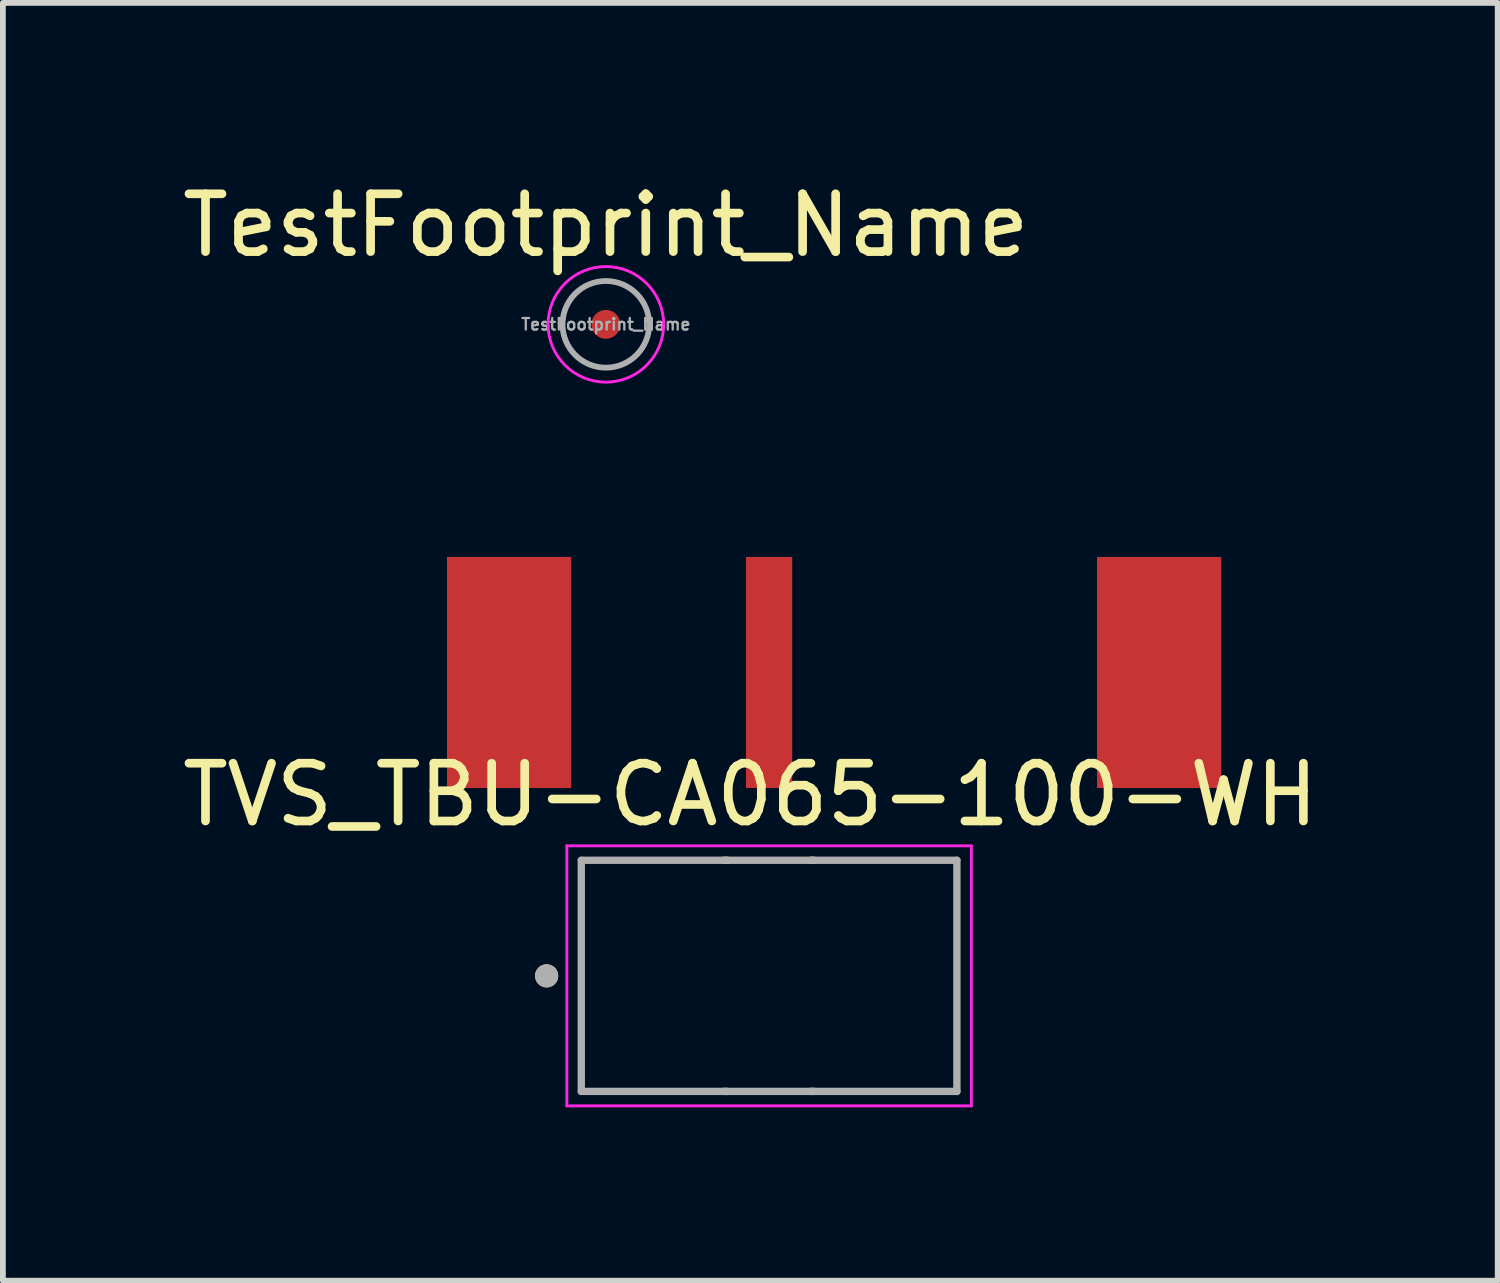
<source format=kicad_pcb>
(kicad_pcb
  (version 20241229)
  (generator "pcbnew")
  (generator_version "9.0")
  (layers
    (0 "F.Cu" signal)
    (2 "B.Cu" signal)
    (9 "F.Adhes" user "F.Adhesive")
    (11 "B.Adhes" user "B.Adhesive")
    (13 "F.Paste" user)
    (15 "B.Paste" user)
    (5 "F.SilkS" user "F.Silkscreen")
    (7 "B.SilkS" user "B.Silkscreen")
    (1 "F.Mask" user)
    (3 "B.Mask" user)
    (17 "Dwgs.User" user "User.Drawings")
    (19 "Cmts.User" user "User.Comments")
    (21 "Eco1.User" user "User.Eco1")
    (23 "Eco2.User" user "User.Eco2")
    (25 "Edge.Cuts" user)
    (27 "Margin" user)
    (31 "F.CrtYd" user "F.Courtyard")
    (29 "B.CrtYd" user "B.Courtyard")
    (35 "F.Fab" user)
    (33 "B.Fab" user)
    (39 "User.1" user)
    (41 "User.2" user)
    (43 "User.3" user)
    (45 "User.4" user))
  (footprint "TestFootprint_Name"
    (layer "F.Cu")
    (at 7.435 2.563)
    (property "Reference" "TestFootprint_Name" (at 0 -1.714 0) (layer "F.SilkS") (effects (font (size 1 1) (thickness 0.15))))
    (attr smd allow_missing_courtyard)
    (fp_circle (center 0 0) (end 1 0) (stroke (width 0.05) (type solid)) (fill no) (layer "F.CrtYd"))
    (fp_circle (center 0 0) (end 0.75 0) (stroke (width 0.1) (type solid)) (fill no) (layer "F.Fab"))
    (fp_text user "${REFERENCE}" (at 0 0 0) (layer "F.Fab") (effects (font (size 0.2 0.2) (thickness 0.04))))
    (pad "" smd circle (at 0 0) (size 0.5 0.5) (layers "F.Cu" "F.Mask")))
  (footprint "TVS_TBU-CA065-100-WH"
    (layer "F.Cu")
    (at 10.26 13.838)
    (property "Reference" "TVS_TBU-CA065-100-WH" (at -0.325 -3.135 0) (layer "F.SilkS") (effects (font (size 1 1) (thickness 0.15))))
    (attr smd)
    (fp_poly (pts (xy -0.4 -1.7) (xy 0.4 -1.7) (xy 0.4 1.7) (xy -0.4 1.7)) (stroke (width 0.01) (type solid)) (fill yes) (layer "F.Mask"))
    (fp_poly (pts (xy 1.1 -1.7) (xy 2.95 -1.7) (xy 2.95 1.7) (xy 1.1 1.7)) (stroke (width 0.01) (type solid)) (fill yes) (layer "F.Mask"))
    (fp_poly (pts (xy -2.95 -1.7) (xy -1.1 -1.7) (xy -1.1 1.7) (xy -2.773 1.7) (xy -2.95 1.523)) (stroke (width 0.01) (type solid)) (fill yes) (layer "F.Mask"))
    (fp_line (start -0.78 -2) (end -0.72 -2) (stroke (width 0.127) (type solid)) (layer "F.SilkS"))
    (fp_line (start -0.72 2) (end -0.78 2) (stroke (width 0.127) (type solid)) (layer "F.SilkS"))
    (fp_line (start 0.72 -2) (end 0.78 -2) (stroke (width 0.127) (type solid)) (layer "F.SilkS"))
    (fp_line (start 0.78 2) (end 0.72 2) (stroke (width 0.127) (type solid)) (layer "F.SilkS"))
    (fp_circle (center -3.85 0) (end -3.75 0) (stroke (width 0.2) (type solid)) (fill no) (layer "F.SilkS"))
    (fp_poly (pts (xy -0.375 -1.675) (xy 0.375 -1.675) (xy 0.375 1.675) (xy -0.375 1.675)) (stroke (width 0.01) (type solid)) (fill yes) (layer "F.Paste"))
    (fp_poly (pts (xy 1.125 -1.675) (xy 2.925 -1.675) (xy 2.925 1.675) (xy 1.125 1.675)) (stroke (width 0.01) (type solid)) (fill yes) (layer "F.Paste"))
    (fp_poly (pts (xy -2.925 -1.675) (xy -2.925 1.513) (xy -2.763 1.675) (xy -1.125 1.675) (xy -1.125 -1.675)) (stroke (width 0.01) (type solid)) (fill yes) (layer "F.Paste"))
    (fp_line (start -3.5 -2.25) (end -3.5 2.25) (stroke (width 0.05) (type solid)) (layer "F.CrtYd"))
    (fp_line (start -3.5 2.25) (end 3.5 2.25) (stroke (width 0.05) (type solid)) (layer "F.CrtYd"))
    (fp_line (start 3.5 -2.25) (end -3.5 -2.25) (stroke (width 0.05) (type solid)) (layer "F.CrtYd"))
    (fp_line (start 3.5 2.25) (end 3.5 -2.25) (stroke (width 0.05) (type solid)) (layer "F.CrtYd"))
    (fp_line (start -3.25 -2) (end 3.25 -2) (stroke (width 0.127) (type solid)) (layer "F.Fab"))
    (fp_line (start -3.25 2) (end -3.25 -2) (stroke (width 0.127) (type solid)) (layer "F.Fab"))
    (fp_line (start 3.25 -2) (end 3.25 2) (stroke (width 0.127) (type solid)) (layer "F.Fab"))
    (fp_line (start 3.25 2) (end -3.25 2) (stroke (width 0.127) (type solid)) (layer "F.Fab"))
    (fp_circle (center -3.85 0) (end -3.75 0) (stroke (width 0.2) (type solid)) (fill no) (layer "F.Fab"))
    (pad "1" smd rect (at -4.5 -5.25) (size 2.15 4) (layers "F.Cu"))
    (pad "2" smd rect (at 0 -5.25) (size 0.8 4) (layers "F.Cu"))
    (pad "3" smd rect (at 6.75 -5.25) (size 2.15 4) (layers "F.Cu"))
    (zone (net_name "") (layer "F.Cu") (hatch full 0.508) (connect_pads) (min_thickness 0.01) (filled_areas_thickness no) (keepout (tracks not_allowed) (vias not_allowed) (pads not_allowed) (copperpour not_allowed) (footprints allowed)) (placement (enabled no)) (fill) (polygon (pts (xy 9.16 11.838) (xy 9.86 11.838) (xy 9.86 15.838) (xy 9.16 15.838))))
    (zone (net_name "") (layer "F.Cu") (hatch full 0.508) (connect_pads) (min_thickness 0.01) (filled_areas_thickness no) (keepout (tracks not_allowed) (vias not_allowed) (pads not_allowed) (copperpour not_allowed) (footprints allowed)) (placement (enabled no)) (fill) (polygon (pts (xy 10.66 11.838) (xy 11.36 11.838) (xy 11.36 15.838) (xy 10.66 15.838))))
    (zone (net_name "") (layer "B.Cu") (hatch full 0.508) (connect_pads) (min_thickness 0.01) (filled_areas_thickness no) (keepout (tracks not_allowed) (vias not_allowed) (pads not_allowed) (copperpour not_allowed) (footprints allowed)) (placement (enabled no)) (fill) (polygon (pts (xy 7.01 11.838) (xy 13.51 11.838) (xy 13.51 15.838) (xy 7.01 15.838)))))
  (gr_rect
    (start -3 -3)
    (end 22.869 19.113)
    (stroke (width 0.1) (type default))
    (fill no)
    (layer "Edge.Cuts")))
</source>
